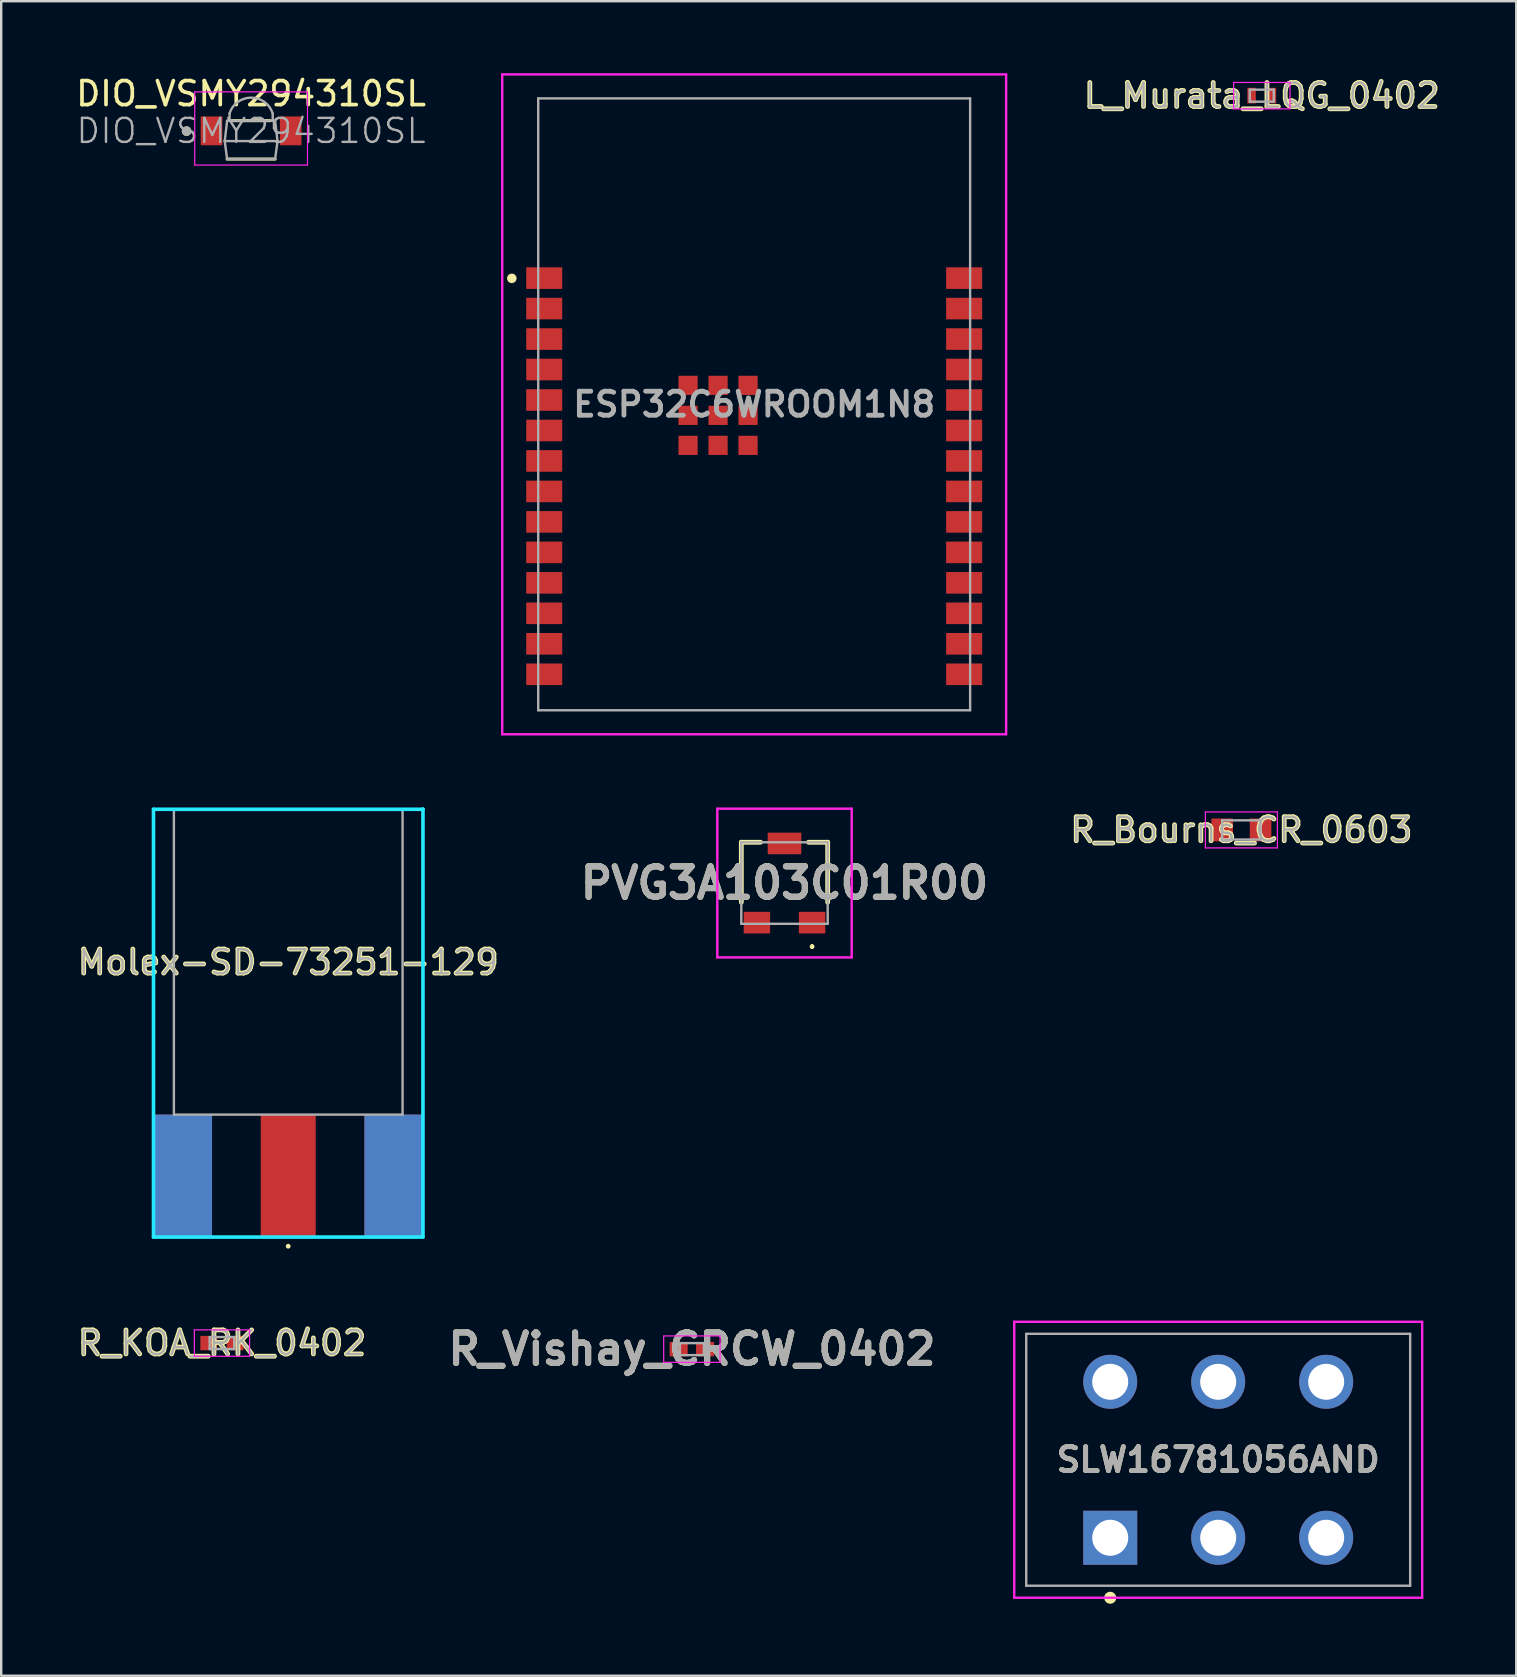
<source format=kicad_pcb>
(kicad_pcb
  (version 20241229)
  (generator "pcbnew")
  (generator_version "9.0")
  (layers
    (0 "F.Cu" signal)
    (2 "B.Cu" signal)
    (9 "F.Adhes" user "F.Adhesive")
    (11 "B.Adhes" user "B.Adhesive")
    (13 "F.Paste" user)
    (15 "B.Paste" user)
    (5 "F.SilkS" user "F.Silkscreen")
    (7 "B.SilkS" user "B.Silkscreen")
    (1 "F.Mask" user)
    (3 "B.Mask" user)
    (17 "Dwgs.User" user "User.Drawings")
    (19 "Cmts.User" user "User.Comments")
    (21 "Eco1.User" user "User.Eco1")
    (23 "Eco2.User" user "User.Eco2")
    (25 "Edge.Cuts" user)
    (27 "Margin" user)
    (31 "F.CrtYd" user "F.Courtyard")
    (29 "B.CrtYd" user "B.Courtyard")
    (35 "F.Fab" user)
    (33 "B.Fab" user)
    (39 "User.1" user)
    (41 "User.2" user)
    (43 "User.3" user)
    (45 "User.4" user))
  (footprint "L_Murata_LQG_0402"
    (layer "F.Cu")
    (at 49.535 0.936)
    (property "Reference" "L_Murata_LQG_0402" (at 0 0 0) (layer "F.SilkS") (effects (font (size 1 1) (thickness 0.2))))
    (attr smd)
    (fp_line (start -1.175 -0.55) (end 1.175 -0.55) (stroke (width 0.05) (type solid)) (layer "F.CrtYd"))
    (fp_line (start -1.175 0.55) (end -1.175 -0.55) (stroke (width 0.05) (type solid)) (layer "F.CrtYd"))
    (fp_line (start 1.175 -0.55) (end 1.175 0.55) (stroke (width 0.05) (type solid)) (layer "F.CrtYd"))
    (fp_line (start 1.175 0.55) (end -1.175 0.55) (stroke (width 0.05) (type solid)) (layer "F.CrtYd"))
    (fp_line (start -0.5 -0.25) (end 0.5 -0.25) (stroke (width 0.1) (type solid)) (layer "F.Fab"))
    (fp_line (start -0.5 0.25) (end -0.5 -0.25) (stroke (width 0.1) (type solid)) (layer "F.Fab"))
    (fp_line (start 0.5 -0.25) (end 0.5 0.25) (stroke (width 0.1) (type solid)) (layer "F.Fab"))
    (fp_line (start 0.5 0.25) (end -0.5 0.25) (stroke (width 0.1) (type solid)) (layer "F.Fab"))
    (fp_text user "${REFERENCE}" (at 0 0 0) (layer "F.Fab") (effects (font (size 1 1) (thickness 0.1))))
    (pad "1" smd rect (at -0.425 0) (size 0.35 0.65) (layers "F.Cu" "F.Mask" "F.Paste"))
    (pad "2" smd rect (at 0.425 0) (size 0.35 0.65) (layers "F.Cu" "F.Mask" "F.Paste")))
  (footprint "ESP32C6WROOM1N8"
    (layer "F.Cu")
    (at 28.38 13.8)
    (property "Reference" "ESP32C6WROOM1N8" (at 0 0 0) (layer "F.SilkS") (effects (font (size 1 1) (thickness 0.153))))
    (attr smd)
    (fp_circle (center -10.1 -5.25) (end -10 -5.25) (stroke (width 0.2) (type solid)) (fill no) (layer "F.SilkS"))
    (fp_line (start -10.5 -13.75) (end 10.5 -13.75) (stroke (width 0.1) (type solid)) (layer "F.CrtYd"))
    (fp_line (start -10.5 13.75) (end -10.5 -13.75) (stroke (width 0.1) (type solid)) (layer "F.CrtYd"))
    (fp_line (start 10.5 -13.75) (end 10.5 13.75) (stroke (width 0.1) (type solid)) (layer "F.CrtYd"))
    (fp_line (start 10.5 13.75) (end -10.5 13.75) (stroke (width 0.1) (type solid)) (layer "F.CrtYd"))
    (fp_line (start -9 -12.75) (end -9 12.75) (stroke (width 0.1) (type solid)) (layer "F.Fab"))
    (fp_line (start -9 12.75) (end 9 12.75) (stroke (width 0.1) (type solid)) (layer "F.Fab"))
    (fp_line (start 9 -12.75) (end -9 -12.75) (stroke (width 0.1) (type solid)) (layer "F.Fab"))
    (fp_line (start 9 12.75) (end 9 -12.75) (stroke (width 0.1) (type solid)) (layer "F.Fab"))
    (fp_text user "${REFERENCE}" (at 0 0 0) (layer "F.Fab") (effects (font (size 1 1) (thickness 0.2))))
    (pad "1" smd rect (at -8.75 -5.26 90) (size 0.9 1.5) (layers "F.Cu" "F.Mask" "F.Paste"))
    (pad "2" smd rect (at -8.75 -3.99 90) (size 0.9 1.5) (layers "F.Cu" "F.Mask" "F.Paste"))
    (pad "3" smd rect (at -8.75 -2.72 90) (size 0.9 1.5) (layers "F.Cu" "F.Mask" "F.Paste"))
    (pad "4" smd rect (at -8.75 -1.45 90) (size 0.9 1.5) (layers "F.Cu" "F.Mask" "F.Paste"))
    (pad "5" smd rect (at -8.75 -0.18 90) (size 0.9 1.5) (layers "F.Cu" "F.Mask" "F.Paste"))
    (pad "6" smd rect (at -8.75 1.09 90) (size 0.9 1.5) (layers "F.Cu" "F.Mask" "F.Paste"))
    (pad "7" smd rect (at -8.75 2.36 90) (size 0.9 1.5) (layers "F.Cu" "F.Mask" "F.Paste"))
    (pad "8" smd rect (at -8.75 3.63 90) (size 0.9 1.5) (layers "F.Cu" "F.Mask" "F.Paste"))
    (pad "9" smd rect (at -8.75 4.9 90) (size 0.9 1.5) (layers "F.Cu" "F.Mask" "F.Paste"))
    (pad "10" smd rect (at -8.75 6.17 90) (size 0.9 1.5) (layers "F.Cu" "F.Mask" "F.Paste"))
    (pad "11" smd rect (at -8.75 7.44 90) (size 0.9 1.5) (layers "F.Cu" "F.Mask" "F.Paste"))
    (pad "12" smd rect (at -8.75 8.71 90) (size 0.9 1.5) (layers "F.Cu" "F.Mask" "F.Paste"))
    (pad "13" smd rect (at -8.75 9.98 90) (size 0.9 1.5) (layers "F.Cu" "F.Mask" "F.Paste"))
    (pad "14" smd rect (at -8.75 11.25 90) (size 0.9 1.5) (layers "F.Cu" "F.Mask" "F.Paste"))
    (pad "15" smd rect (at 8.75 11.25 90) (size 0.9 1.5) (layers "F.Cu" "F.Mask" "F.Paste"))
    (pad "16" smd rect (at 8.75 9.98 90) (size 0.9 1.5) (layers "F.Cu" "F.Mask" "F.Paste"))
    (pad "17" smd rect (at 8.75 8.71 90) (size 0.9 1.5) (layers "F.Cu" "F.Mask" "F.Paste"))
    (pad "18" smd rect (at 8.75 7.44 90) (size 0.9 1.5) (layers "F.Cu" "F.Mask" "F.Paste"))
    (pad "19" smd rect (at 8.75 6.17 90) (size 0.9 1.5) (layers "F.Cu" "F.Mask" "F.Paste"))
    (pad "20" smd rect (at 8.75 4.9 90) (size 0.9 1.5) (layers "F.Cu" "F.Mask" "F.Paste"))
    (pad "21" smd rect (at 8.75 3.63 90) (size 0.9 1.5) (layers "F.Cu" "F.Mask" "F.Paste"))
    (pad "22" smd rect (at 8.75 2.36 90) (size 0.9 1.5) (layers "F.Cu" "F.Mask" "F.Paste"))
    (pad "23" smd rect (at 8.75 1.09 90) (size 0.9 1.5) (layers "F.Cu" "F.Mask" "F.Paste"))
    (pad "24" smd rect (at 8.75 -0.18 90) (size 0.9 1.5) (layers "F.Cu" "F.Mask" "F.Paste"))
    (pad "25" smd rect (at 8.75 -1.45 90) (size 0.9 1.5) (layers "F.Cu" "F.Mask" "F.Paste"))
    (pad "26" smd rect (at 8.75 -2.72 90) (size 0.9 1.5) (layers "F.Cu" "F.Mask" "F.Paste"))
    (pad "27" smd rect (at 8.75 -3.99 90) (size 0.9 1.5) (layers "F.Cu" "F.Mask" "F.Paste"))
    (pad "28" smd rect (at 8.75 -5.26 90) (size 0.9 1.5) (layers "F.Cu" "F.Mask" "F.Paste"))
    (pad "29" smd rect (at -1.505 0.46 90) (size 0.8 0.8) (layers "F.Cu" "F.Mask" "F.Paste"))
    (pad "30" smd rect (at -2.755 -0.79 90) (size 0.8 0.8) (layers "F.Cu" "F.Mask" "F.Paste"))
    (pad "31" smd rect (at -2.755 0.46 90) (size 0.8 0.8) (layers "F.Cu" "F.Mask" "F.Paste"))
    (pad "32" smd rect (at -2.755 1.71 90) (size 0.8 0.8) (layers "F.Cu" "F.Mask" "F.Paste"))
    (pad "33" smd rect (at -1.505 1.71 90) (size 0.8 0.8) (layers "F.Cu" "F.Mask" "F.Paste"))
    (pad "34" smd rect (at -0.255 1.71 90) (size 0.8 0.8) (layers "F.Cu" "F.Mask" "F.Paste"))
    (pad "35" smd rect (at -0.255 0.46 90) (size 0.8 0.8) (layers "F.Cu" "F.Mask" "F.Paste"))
    (pad "36" smd rect (at -0.255 -0.79 90) (size 0.8 0.8) (layers "F.Cu" "F.Mask" "F.Paste"))
    (pad "37" smd rect (at -1.505 -0.79 90) (size 0.8 0.8) (layers "F.Cu" "F.Mask" "F.Paste")))
  (footprint "PVG3A103C01R00"
    (layer "F.Cu")
    (at 29.644 33.75)
    (property "Reference" "PVG3A103C01R00" (at 0 0 0) (layer "F.SilkS") (effects (font (size 1.27 1.27) (thickness 0.254))))
    (attr smd)
    (fp_line (start -1.8 -1.7) (end -1.8 0.8) (stroke (width 0.2) (type solid)) (layer "F.SilkS"))
    (fp_line (start -1 -1.7) (end -1.8 -1.7) (stroke (width 0.2) (type solid)) (layer "F.SilkS"))
    (fp_line (start 1 -1.7) (end 1.8 -1.7) (stroke (width 0.2) (type solid)) (layer "F.SilkS"))
    (fp_line (start 1.15 2.6) (end 1.15 2.6) (stroke (width 0.1) (type solid)) (layer "F.SilkS"))
    (fp_line (start 1.15 2.7) (end 1.15 2.7) (stroke (width 0.1) (type solid)) (layer "F.SilkS"))
    (fp_line (start 1.8 -1.7) (end 1.8 0.8) (stroke (width 0.2) (type solid)) (layer "F.SilkS"))
    (fp_arc (start 1.15 2.6) (mid 1.2 2.65) (end 1.15 2.7) (stroke (width 0.1) (type solid)) (layer "F.SilkS"))
    (fp_arc (start 1.15 2.7) (mid 1.1 2.65) (end 1.15 2.6) (stroke (width 0.1) (type solid)) (layer "F.SilkS"))
    (fp_line (start -2.8 -3.1) (end 2.8 -3.1) (stroke (width 0.1) (type solid)) (layer "F.CrtYd"))
    (fp_line (start -2.8 3.1) (end -2.8 -3.1) (stroke (width 0.1) (type solid)) (layer "F.CrtYd"))
    (fp_line (start 2.8 -3.1) (end 2.8 3.1) (stroke (width 0.1) (type solid)) (layer "F.CrtYd"))
    (fp_line (start 2.8 3.1) (end -2.8 3.1) (stroke (width 0.1) (type solid)) (layer "F.CrtYd"))
    (fp_line (start -1.8 -1.7) (end 1.8 -1.7) (stroke (width 0.1) (type solid)) (layer "F.Fab"))
    (fp_line (start -1.8 1.7) (end -1.8 -1.7) (stroke (width 0.1) (type solid)) (layer "F.Fab"))
    (fp_line (start 1.8 -1.7) (end 1.8 1.7) (stroke (width 0.1) (type solid)) (layer "F.Fab"))
    (fp_line (start 1.8 1.7) (end -1.8 1.7) (stroke (width 0.1) (type solid)) (layer "F.Fab"))
    (fp_text user "${REFERENCE}" (at 0 0 0) (layer "F.Fab") (effects (font (size 1.27 1.27) (thickness 0.254))))
    (pad "1" smd rect (at 1.15 1.65 90) (size 0.9 1.1) (layers "F.Cu" "F.Mask" "F.Paste"))
    (pad "2" smd rect (at 0 -1.65 90) (size 0.9 1.4) (layers "F.Cu" "F.Mask" "F.Paste"))
    (pad "3" smd rect (at -1.15 1.65 90) (size 0.9 1.1) (layers "F.Cu" "F.Mask" "F.Paste")))
  (footprint "SLW16781056AND"
    (layer "F.Cu")
    (at 43.218 61.036)
    (property "Reference" "SLW16781056AND" (at 4.5 -3.25 0) (layer "F.SilkS") (effects (font (size 1 1) (thickness 0.2) (bold yes))))
    (attr through_hole)
    (fp_circle (center 0 2.5) (end 0.2 2.5) (stroke (width 0.1) (type solid)) (fill yes) (layer "F.SilkS"))
    (fp_line (start -4 -9) (end 13 -9) (stroke (width 0.1) (type solid)) (layer "F.CrtYd"))
    (fp_line (start -4 2.5) (end -4 -9) (stroke (width 0.1) (type solid)) (layer "F.CrtYd"))
    (fp_line (start 13 -9) (end 13 2.5) (stroke (width 0.1) (type solid)) (layer "F.CrtYd"))
    (fp_line (start 13 2.5) (end -4 2.5) (stroke (width 0.1) (type solid)) (layer "F.CrtYd"))
    (fp_line (start -3.5 -8.5) (end 12.5 -8.5) (stroke (width 0.1) (type solid)) (layer "F.Fab"))
    (fp_line (start -3.5 2) (end -3.5 -8.5) (stroke (width 0.1) (type solid)) (layer "F.Fab"))
    (fp_line (start 12.5 -8.5) (end 12.5 2) (stroke (width 0.1) (type solid)) (layer "F.Fab"))
    (fp_line (start 12.5 2) (end -3.5 2) (stroke (width 0.1) (type solid)) (layer "F.Fab"))
    (fp_text user "${REFERENCE}" (at 4.5 -3.25 0) (layer "F.Fab") (effects (font (size 1 1) (thickness 0.2) (bold yes))))
    (pad "1" thru_hole rect (at 0 0) (size 2.25 2.25) (drill 1.5) (layers "*.Cu" "*.Mask"))
    (pad "2" thru_hole circle (at 4.5 0) (size 2.25 2.25) (drill 1.5) (layers "*.Cu" "*.Mask"))
    (pad "3" thru_hole circle (at 9 0) (size 2.25 2.25) (drill 1.5) (layers "*.Cu" "*.Mask"))
    (pad "4" thru_hole circle (at 9 -6.5) (size 2.25 2.25) (drill 1.5) (layers "*.Cu" "*.Mask"))
    (pad "5" thru_hole circle (at 4.5 -6.5) (size 2.25 2.25) (drill 1.5) (layers "*.Cu" "*.Mask"))
    (pad "6" thru_hole circle (at 0 -6.5) (size 2.25 2.25) (drill 1.5) (layers "*.Cu" "*.Mask")))
  (footprint "DIO_VSMY294310SL"
    (layer "F.Cu")
    (at 7.415 2.404)
    (property "Reference" "DIO_VSMY294310SL" (at 0 -1.55 0) (layer "F.SilkS") (effects (font (size 1 1) (thickness 0.153))))
    (attr smd)
    (fp_line (start 0.8 -0.425) (end -0.8 -0.425) (stroke (width 0.127) (type solid)) (layer "F.SilkS"))
    (fp_line (start 1 1.175) (end -1 1.175) (stroke (width 0.127) (type solid)) (layer "F.SilkS"))
    (fp_circle (center -2.69 0.01) (end -2.59 0.01) (stroke (width 0.2) (type solid)) (fill no) (layer "F.SilkS"))
    (fp_line (start -2.35 -1.625) (end -2.35 1.425) (stroke (width 0.05) (type solid)) (layer "F.CrtYd"))
    (fp_line (start -2.35 1.425) (end 2.35 1.425) (stroke (width 0.05) (type solid)) (layer "F.CrtYd"))
    (fp_line (start 2.35 -1.625) (end -2.35 -1.625) (stroke (width 0.05) (type solid)) (layer "F.CrtYd"))
    (fp_line (start 2.35 1.425) (end 2.35 -1.625) (stroke (width 0.05) (type solid)) (layer "F.CrtYd"))
    (fp_line (start -1.1 0.425) (end -1 -0.425) (stroke (width 0.1) (type solid)) (layer "F.Fab"))
    (fp_line (start -1 1.175) (end -1.1 0.425) (stroke (width 0.1) (type solid)) (layer "F.Fab"))
    (fp_line (start -0.9 -0.725) (end -0.9 -0.425) (stroke (width 0.1) (type solid)) (layer "F.Fab"))
    (fp_line (start -0.9 -0.425) (end -1 -0.425) (stroke (width 0.1) (type solid)) (layer "F.Fab"))
    (fp_line (start 0.9 -0.425) (end -0.9 -0.425) (stroke (width 0.1) (type solid)) (layer "F.Fab"))
    (fp_line (start 0.9 -0.425) (end 0.9 -0.725) (stroke (width 0.1) (type solid)) (layer "F.Fab"))
    (fp_line (start 1 -0.425) (end 0.9 -0.425) (stroke (width 0.1) (type solid)) (layer "F.Fab"))
    (fp_line (start 1 1.175) (end -1 1.175) (stroke (width 0.1) (type solid)) (layer "F.Fab"))
    (fp_line (start 1 1.175) (end 1.1 0.425) (stroke (width 0.1) (type solid)) (layer "F.Fab"))
    (fp_line (start 1.1 0.425) (end -1.1 0.425) (stroke (width 0.1) (type solid)) (layer "F.Fab"))
    (fp_line (start 1.1 0.425) (end 1 -0.425) (stroke (width 0.1) (type solid)) (layer "F.Fab"))
    (fp_arc (start -0.9 -0.725) (mid 0 -1.384907) (end 0.9 -0.725) (stroke (width 0.1) (type solid)) (layer "F.Fab"))
    (fp_circle (center -2.69 0.01) (end -2.59 0.01) (stroke (width 0.2) (type solid)) (fill no) (layer "F.Fab"))
    (fp_text user "${REFERENCE}" (at 0 0 0) (layer "F.Fab") (effects (font (size 1 1) (thickness 0.1))))
    (pad "A" smd rect (at 1.65 0) (size 0.9 1.2) (layers "F.Cu" "F.Mask" "F.Paste"))
    (pad "C" smd rect (at -1.65 0) (size 0.9 1.2) (layers "F.Cu" "F.Mask" "F.Paste")))
  (footprint "R_Vishay_CRCW_0402"
    (layer "F.Cu")
    (at 25.784 53.175)
    (property "Reference" "R_Vishay_CRCW_0402" (at 0 0 0) (layer "F.SilkS") (effects (font (size 1.27 1.27) (thickness 0.254))))
    (attr smd)
    (fp_line (start -1.175 -0.55) (end 1.175 -0.55) (stroke (width 0.05) (type solid)) (layer "F.CrtYd"))
    (fp_line (start -1.175 0.55) (end -1.175 -0.55) (stroke (width 0.05) (type solid)) (layer "F.CrtYd"))
    (fp_line (start 1.175 -0.55) (end 1.175 0.55) (stroke (width 0.05) (type solid)) (layer "F.CrtYd"))
    (fp_line (start 1.175 0.55) (end -1.175 0.55) (stroke (width 0.05) (type solid)) (layer "F.CrtYd"))
    (fp_line (start -0.5 -0.25) (end 0.5 -0.25) (stroke (width 0.1) (type solid)) (layer "F.Fab"))
    (fp_line (start -0.5 0.25) (end -0.5 -0.25) (stroke (width 0.1) (type solid)) (layer "F.Fab"))
    (fp_line (start 0.5 -0.25) (end 0.5 0.25) (stroke (width 0.1) (type solid)) (layer "F.Fab"))
    (fp_line (start 0.5 0.25) (end -0.5 0.25) (stroke (width 0.1) (type solid)) (layer "F.Fab"))
    (fp_text user "${REFERENCE}" (at 0 0 0) (layer "F.Fab") (effects (font (size 1.27 1.27) (thickness 0.254))))
    (pad "1" smd rect (at -0.55 0 90) (size 0.6 0.75) (layers "F.Cu" "F.Mask" "F.Paste"))
    (pad "2" smd rect (at 0.55 0 90) (size 0.6 0.75) (layers "F.Cu" "F.Mask" "F.Paste")))
  (footprint "R_KOA_RK_0402"
    (layer "F.Cu")
    (at 6.2 52.922)
    (property "Reference" "R_KOA_RK_0402" (at 0 0 0) (layer "F.SilkS") (effects (font (size 1 1) (thickness 0.2) (bold yes))))
    (attr smd)
    (fp_line (start -1.15 -0.55) (end 1.15 -0.55) (stroke (width 0.05) (type solid)) (layer "F.CrtYd"))
    (fp_line (start -1.15 0.55) (end -1.15 -0.55) (stroke (width 0.05) (type solid)) (layer "F.CrtYd"))
    (fp_line (start 1.15 -0.55) (end 1.15 0.55) (stroke (width 0.05) (type solid)) (layer "F.CrtYd"))
    (fp_line (start 1.15 0.55) (end -1.15 0.55) (stroke (width 0.05) (type solid)) (layer "F.CrtYd"))
    (fp_line (start -0.512 -0.25) (end 0.512 -0.25) (stroke (width 0.1) (type solid)) (layer "F.Fab"))
    (fp_line (start -0.512 0.25) (end -0.512 -0.25) (stroke (width 0.1) (type solid)) (layer "F.Fab"))
    (fp_line (start 0.512 -0.25) (end 0.512 0.25) (stroke (width 0.1) (type solid)) (layer "F.Fab"))
    (fp_line (start 0.512 0.25) (end -0.512 0.25) (stroke (width 0.1) (type solid)) (layer "F.Fab"))
    (fp_text user "${REFERENCE}" (at 0 0 0) (layer "F.Fab") (effects (font (size 1 1) (thickness 0.1))))
    (pad "1" smd rect (at -0.55 0 90) (size 0.6 0.7) (layers "F.Cu" "F.Mask" "F.Paste"))
    (pad "2" smd rect (at 0.55 0 90) (size 0.6 0.7) (layers "F.Cu" "F.Mask" "F.Paste")))
  (footprint "Molex-SD-73251-129"
    (layer "F.Cu")
    (at 8.962 37.05)
    (property "Reference" "Molex-SD-73251-129" (at 0 0 0) (layer "F.SilkS") (effects (font (size 1 1) (thickness 0.2))))
    (attr through_hole)
    (fp_arc (start 0.0492 11.8364) (mid -0.0508 11.8364) (end 0.0492 11.8364) (stroke (width 0.1) (type solid)) (layer "F.SilkS"))
    (fp_line (start -5.615 -6.375) (end -5.615 11.455) (stroke (width 0.15) (type solid)) (layer "B.CrtYd"))
    (fp_line (start -5.615 11.455) (end 5.615 11.455) (stroke (width 0.15) (type solid)) (layer "B.CrtYd"))
    (fp_line (start 5.615 -6.375) (end -5.615 -6.375) (stroke (width 0.15) (type solid)) (layer "B.CrtYd"))
    (fp_line (start 5.615 -6.375) (end 5.615 -6.375) (stroke (width 0.15) (type solid)) (layer "B.CrtYd"))
    (fp_line (start 5.615 11.455) (end 5.615 -6.375) (stroke (width 0.15) (type solid)) (layer "B.CrtYd"))
    (fp_line (start -5.615 -6.375) (end -5.615 11.455) (stroke (width 0.05) (type solid)) (layer "F.CrtYd"))
    (fp_line (start -5.615 11.455) (end 5.615 11.455) (stroke (width 0.05) (type solid)) (layer "F.CrtYd"))
    (fp_line (start 5.615 -6.375) (end -5.615 -6.375) (stroke (width 0.05) (type solid)) (layer "F.CrtYd"))
    (fp_line (start 5.615 -6.375) (end 5.615 -6.375) (stroke (width 0.05) (type solid)) (layer "F.CrtYd"))
    (fp_line (start 5.615 11.455) (end 5.615 -6.375) (stroke (width 0.05) (type solid)) (layer "F.CrtYd"))
    (fp_line (start -4.765 -6.35) (end 4.765 -6.35) (stroke (width 0.1) (type solid)) (layer "F.Fab"))
    (fp_line (start -4.765 6.35) (end -4.765 -6.35) (stroke (width 0.1) (type solid)) (layer "F.Fab"))
    (fp_line (start 4.765 -6.35) (end 4.765 6.35) (stroke (width 0.1) (type solid)) (layer "F.Fab"))
    (fp_line (start 4.765 6.35) (end -4.765 6.35) (stroke (width 0.1) (type solid)) (layer "F.Fab"))
    (fp_text user "${REFERENCE}" (at 0 0 0) (layer "F.Fab") (effects (font (size 1 1) (thickness 0.1))))
    (pad "1" smd rect (at 0 8.89) (size 2.29 5.08) (layers "F.Cu" "F.Mask" "F.Paste"))
    (pad "2" smd rect (at -4.383 8.89) (size 2.415 5.08) (layers "F.Cu" "F.Mask" "F.Paste"))
    (pad "3" smd rect (at 4.383 8.89) (size 2.415 5.08) (layers "F.Cu" "F.Mask" "F.Paste"))
    (pad "4" smd rect (at -4.383 8.89) (size 2.415 5.08) (layers "B.Cu" "B.Mask" "B.Paste"))
    (pad "5" smd rect (at 4.383 8.89) (size 2.415 5.08) (layers "B.Cu" "B.Mask" "B.Paste")))
  (footprint "R_Bourns_CR_0603"
    (layer "F.Cu")
    (at 48.684 31.536)
    (property "Reference" "R_Bourns_CR_0603" (at 0 0 0) (layer "F.SilkS") (effects (font (size 1 1) (thickness 0.2) (bold yes))))
    (attr smd)
    (fp_line (start -1.5 -0.75) (end 1.5 -0.75) (stroke (width 0.05) (type solid)) (layer "F.CrtYd"))
    (fp_line (start -1.5 0.75) (end -1.5 -0.75) (stroke (width 0.05) (type solid)) (layer "F.CrtYd"))
    (fp_line (start 1.5 -0.75) (end 1.5 0.75) (stroke (width 0.05) (type solid)) (layer "F.CrtYd"))
    (fp_line (start 1.5 0.75) (end -1.5 0.75) (stroke (width 0.05) (type solid)) (layer "F.CrtYd"))
    (fp_line (start -0.8 -0.4) (end 0.8 -0.4) (stroke (width 0.1) (type solid)) (layer "F.Fab"))
    (fp_line (start -0.8 0.4) (end -0.8 -0.4) (stroke (width 0.1) (type solid)) (layer "F.Fab"))
    (fp_line (start 0.8 -0.4) (end 0.8 0.4) (stroke (width 0.1) (type solid)) (layer "F.Fab"))
    (fp_line (start 0.8 0.4) (end -0.8 0.4) (stroke (width 0.1) (type solid)) (layer "F.Fab"))
    (fp_text user "${REFERENCE}" (at 0 0 0) (layer "F.Fab") (effects (font (size 1 1) (thickness 0.1))))
    (pad "1" smd rect (at -0.8 0) (size 0.9 0.95) (layers "F.Cu" "F.Mask" "F.Paste"))
    (pad "2" smd rect (at 0.8 0) (size 0.9 0.95) (layers "F.Cu" "F.Mask" "F.Paste")))
  (gr_rect
    (start -3 -3)
    (end 60.14 66.786)
    (stroke (width 0.1) (type default))
    (fill no)
    (layer "Edge.Cuts")))
</source>
